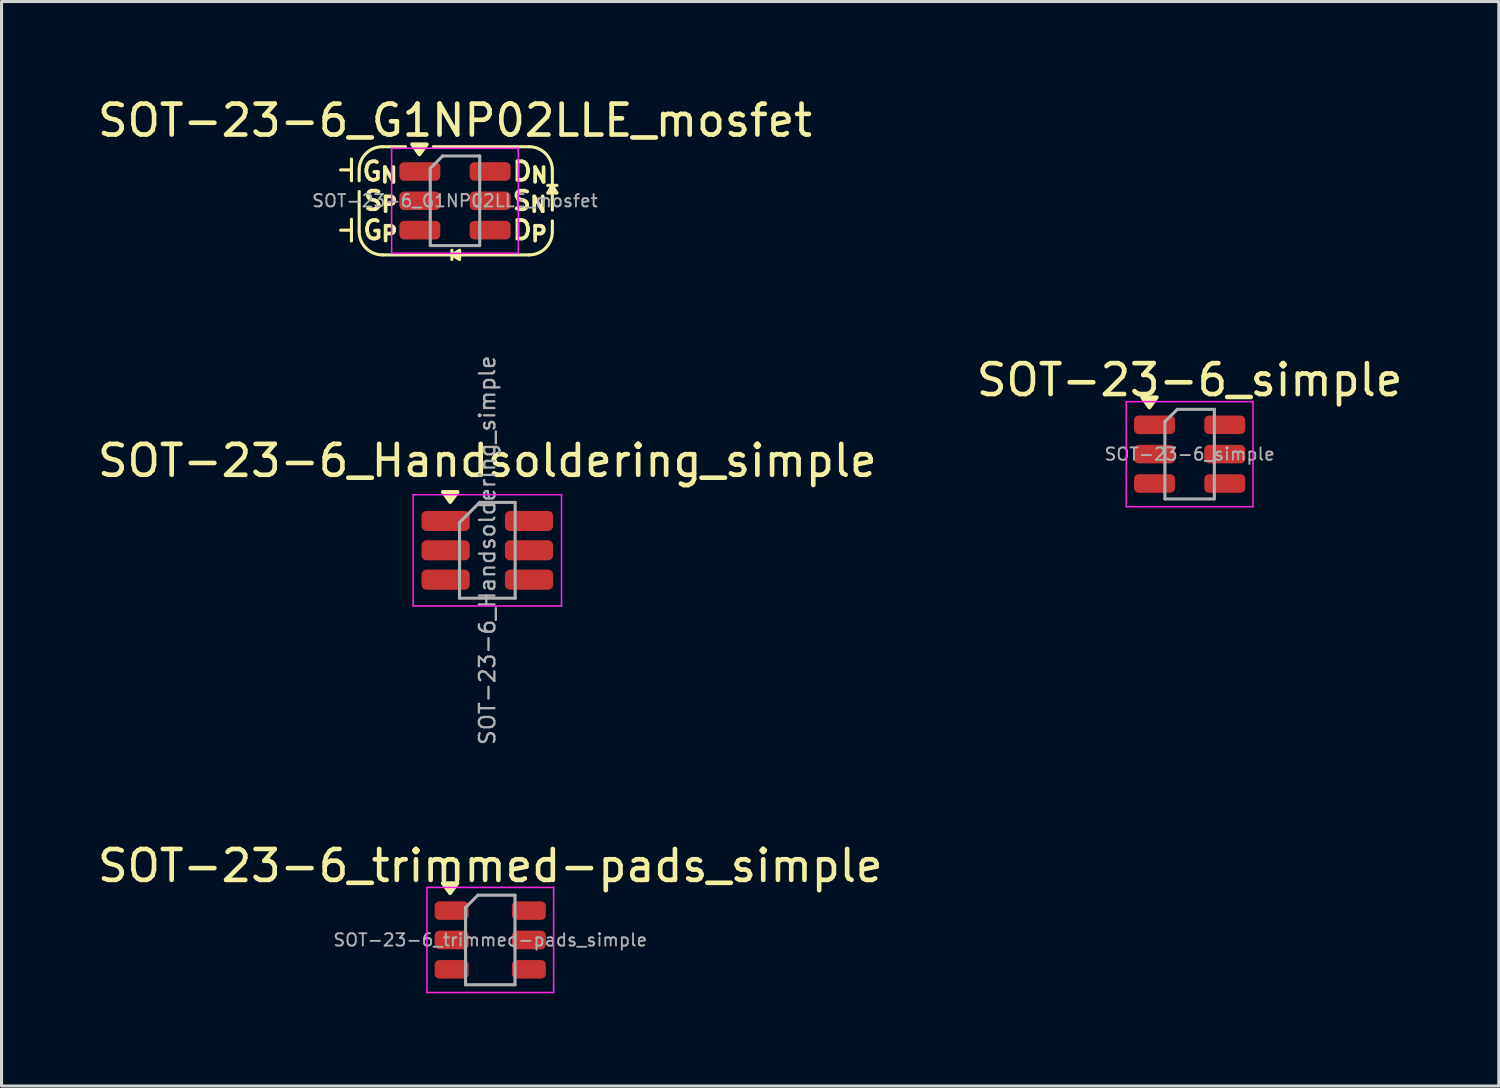
<source format=kicad_pcb>
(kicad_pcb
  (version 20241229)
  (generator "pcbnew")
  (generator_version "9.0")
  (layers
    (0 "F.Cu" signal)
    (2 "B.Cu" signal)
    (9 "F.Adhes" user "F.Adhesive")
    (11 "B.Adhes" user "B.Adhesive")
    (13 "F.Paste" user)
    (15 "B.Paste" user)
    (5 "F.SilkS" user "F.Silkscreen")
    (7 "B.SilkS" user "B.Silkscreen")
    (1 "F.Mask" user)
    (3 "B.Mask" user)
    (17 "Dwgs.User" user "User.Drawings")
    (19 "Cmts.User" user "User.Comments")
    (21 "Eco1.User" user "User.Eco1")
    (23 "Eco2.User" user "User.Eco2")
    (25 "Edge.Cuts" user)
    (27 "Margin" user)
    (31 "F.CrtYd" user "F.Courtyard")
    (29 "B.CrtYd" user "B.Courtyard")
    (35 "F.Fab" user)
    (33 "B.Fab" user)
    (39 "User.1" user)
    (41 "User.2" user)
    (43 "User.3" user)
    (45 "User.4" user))
  (footprint "SOT-23-6_Handsoldering_simple"
    (layer "F.Cu")
    (at 12.72 14.758)
    (property "Reference" "SOT-23-6_Handsoldering_simple" (at 0 -2.9 0) (layer "F.SilkS") (effects (font (size 1 1) (thickness 0.15))))
    (attr smd)
    (fp_poly (pts (xy -1.2 -1.56) (xy -1.44 -1.89) (xy -0.96 -1.89) (xy -1.2 -1.56)) (stroke (width 0.12) (type solid)) (fill yes) (layer "F.SilkS"))
    (fp_line (start -2.4 -1.8) (end 2.4 -1.8) (stroke (width 0.05) (type solid)) (layer "F.CrtYd"))
    (fp_line (start -2.4 1.8) (end -2.4 -1.8) (stroke (width 0.05) (type solid)) (layer "F.CrtYd"))
    (fp_line (start 2.4 -1.8) (end 2.4 1.8) (stroke (width 0.05) (type solid)) (layer "F.CrtYd"))
    (fp_line (start 2.4 1.8) (end -2.4 1.8) (stroke (width 0.05) (type solid)) (layer "F.CrtYd"))
    (fp_line (start -0.9 -0.9) (end -0.9 1.55) (stroke (width 0.1) (type solid)) (layer "F.Fab"))
    (fp_line (start -0.9 -0.9) (end -0.25 -1.55) (stroke (width 0.1) (type solid)) (layer "F.Fab"))
    (fp_line (start 0.9 -1.55) (end -0.25 -1.55) (stroke (width 0.1) (type solid)) (layer "F.Fab"))
    (fp_line (start 0.9 -1.55) (end 0.9 1.55) (stroke (width 0.1) (type solid)) (layer "F.Fab"))
    (fp_line (start 0.9 1.55) (end -0.9 1.55) (stroke (width 0.1) (type solid)) (layer "F.Fab"))
    (fp_text user "${REFERENCE}" (at 0 0 90) (layer "F.Fab") (effects (font (size 0.5 0.5) (thickness 0.075))))
    (pad "1" smd roundrect (at -1.35 -0.95) (size 1.56 0.65) (layers "F.Cu" "F.Mask" "F.Paste") (roundrect_rratio 0.25))
    (pad "2" smd roundrect (at -1.35 0) (size 1.56 0.65) (layers "F.Cu" "F.Mask" "F.Paste") (roundrect_rratio 0.25))
    (pad "3" smd roundrect (at -1.35 0.95) (size 1.56 0.65) (layers "F.Cu" "F.Mask" "F.Paste") (roundrect_rratio 0.25))
    (pad "4" smd roundrect (at 1.35 0.95) (size 1.56 0.65) (layers "F.Cu" "F.Mask" "F.Paste") (roundrect_rratio 0.25))
    (pad "5" smd roundrect (at 1.35 0) (size 1.56 0.65) (layers "F.Cu" "F.Mask" "F.Paste") (roundrect_rratio 0.25))
    (pad "6" smd roundrect (at 1.35 -0.95) (size 1.56 0.65) (layers "F.Cu" "F.Mask" "F.Paste") (roundrect_rratio 0.25)))
  (footprint "SOT-23-6_G1NP02LLE_mosfet"
    (layer "F.Cu")
    (at 11.673 3.448)
    (property "Reference" "SOT-23-6_G1NP02LLE_mosfet" (at 0 -2.6 0) (layer "F.SilkS") (effects (font (size 1 1) (thickness 0.15))))
    (attr smd)
    (fp_line (start -3.35 -1) (end -3.7 -1) (stroke (width 0.1) (type default)) (layer "F.SilkS"))
    (fp_line (start -3.35 -0.65) (end -3.35 -1.35) (stroke (width 0.1) (type default)) (layer "F.SilkS"))
    (fp_line (start -3.35 0.95) (end -3.7 0.95) (stroke (width 0.1) (type default)) (layer "F.SilkS"))
    (fp_line (start -3.35 1.3) (end -3.35 0.6) (stroke (width 0.1) (type default)) (layer "F.SilkS"))
    (fp_line (start -3.1 -1) (end -3.1 -0.65) (stroke (width 0.1) (type default)) (layer "F.SilkS"))
    (fp_line (start -3.1 1) (end -3.1 -0.3) (stroke (width 0.1) (type default)) (layer "F.SilkS"))
    (fp_line (start -2.35 1.75) (end 2.4 1.75) (stroke (width 0.1) (type default)) (layer "F.SilkS"))
    (fp_line (start -1.6 -1.75) (end -2.35 -1.75) (stroke (width 0.1) (type default)) (layer "F.SilkS"))
    (fp_line (start -0.1 1.6) (end -0.1 1.9) (stroke (width 0.1) (type default)) (layer "F.SilkS"))
    (fp_line (start 2.4 -1.75) (end -0.7 -1.75) (stroke (width 0.1) (type default)) (layer "F.SilkS"))
    (fp_line (start 3.15 -1) (end 3.15 0.3) (stroke (width 0.1) (type default)) (layer "F.SilkS"))
    (fp_line (start 3.15 1) (end 3.15 0.65) (stroke (width 0.1) (type default)) (layer "F.SilkS"))
    (fp_line (start 3.3 -0.5) (end 3 -0.5) (stroke (width 0.1) (type default)) (layer "F.SilkS"))
    (fp_arc (start -3.1 -1) (mid -2.88033 -1.53033) (end -2.35 -1.75) (stroke (width 0.1) (type default)) (layer "F.SilkS"))
    (fp_arc (start -2.35 1.75) (mid -2.88033 1.53033) (end -3.1 1) (stroke (width 0.1) (type default)) (layer "F.SilkS"))
    (fp_arc (start 2.4 -1.75) (mid 2.93033 -1.53033) (end 3.15 -1) (stroke (width 0.1) (type default)) (layer "F.SilkS"))
    (fp_arc (start 3.15 1) (mid 2.93033 1.53033) (end 2.4 1.75) (stroke (width 0.1) (type default)) (layer "F.SilkS"))
    (fp_poly (pts (xy -0.1 1.75) (xy 0.15 1.6) (xy 0.15 1.9)) (stroke (width 0.1) (type solid)) (fill yes) (layer "F.SilkS"))
    (fp_poly (pts (xy 3.15 -0.5) (xy 3.3 -0.25) (xy 3 -0.25)) (stroke (width 0.1) (type solid)) (fill yes) (layer "F.SilkS"))
    (fp_poly (pts (xy -1.15 -1.5) (xy -1.39 -1.83) (xy -0.91 -1.83) (xy -1.15 -1.5)) (stroke (width 0.12) (type solid)) (fill yes) (layer "F.SilkS"))
    (fp_line (start -2.05 -1.7) (end -2.05 1.7) (stroke (width 0.05) (type solid)) (layer "F.CrtYd"))
    (fp_line (start -2.05 1.7) (end 2.05 1.7) (stroke (width 0.05) (type solid)) (layer "F.CrtYd"))
    (fp_line (start 2.05 -1.7) (end -2.05 -1.7) (stroke (width 0.05) (type solid)) (layer "F.CrtYd"))
    (fp_line (start 2.05 1.7) (end 2.05 -1.7) (stroke (width 0.05) (type solid)) (layer "F.CrtYd"))
    (fp_line (start -0.8 -1.05) (end -0.4 -1.45) (stroke (width 0.1) (type solid)) (layer "F.Fab"))
    (fp_line (start -0.8 1.45) (end -0.8 -1.05) (stroke (width 0.1) (type solid)) (layer "F.Fab"))
    (fp_line (start -0.4 -1.45) (end 0.8 -1.45) (stroke (width 0.1) (type solid)) (layer "F.Fab"))
    (fp_line (start 0.8 -1.45) (end 0.8 1.45) (stroke (width 0.1) (type solid)) (layer "F.Fab"))
    (fp_line (start 0.8 1.45) (end -0.8 1.45) (stroke (width 0.1) (type solid)) (layer "F.Fab"))
    (fp_text user "G_{P}" (at -1.8 0.95 0) (layer "F.SilkS") (effects (font (size 0.6 0.6) (thickness 0.12) (bold yes)) (justify right)))
    (fp_text user "D_{P}" (at 1.8 0.95 0) (layer "F.SilkS") (effects (font (size 0.6 0.6) (thickness 0.12) (bold yes)) (justify left)))
    (fp_text user "S_{P}" (at -1.8 0 0) (layer "F.SilkS") (effects (font (size 0.6 0.6) (thickness 0.12) (bold yes)) (justify right)))
    (fp_text user "G_{N}" (at -1.8 -0.95 0) (layer "F.SilkS") (effects (font (size 0.6 0.6) (thickness 0.12) (bold yes)) (justify right)))
    (fp_text user "S_{N}" (at 1.8 0 0) (layer "F.SilkS") (effects (font (size 0.6 0.6) (thickness 0.12) (bold yes)) (justify left)))
    (fp_text user "D_{N}" (at 1.8 -0.95 0) (layer "F.SilkS") (effects (font (size 0.6 0.6) (thickness 0.12) (bold yes)) (justify left)))
    (fp_text user "${REFERENCE}" (at 0 0 0) (layer "F.Fab") (effects (font (size 0.4 0.4) (thickness 0.06))))
    (pad "1" smd roundrect (at -1.137 -0.95) (size 1.325 0.6) (layers "F.Cu" "F.Mask" "F.Paste") (roundrect_rratio 0.25))
    (pad "2" smd roundrect (at -1.137 0) (size 1.325 0.6) (layers "F.Cu" "F.Mask" "F.Paste") (roundrect_rratio 0.25))
    (pad "3" smd roundrect (at -1.137 0.95) (size 1.325 0.6) (layers "F.Cu" "F.Mask" "F.Paste") (roundrect_rratio 0.25))
    (pad "4" smd roundrect (at 1.137 0.95) (size 1.325 0.6) (layers "F.Cu" "F.Mask" "F.Paste") (roundrect_rratio 0.25))
    (pad "5" smd roundrect (at 1.137 0) (size 1.325 0.6) (layers "F.Cu" "F.Mask" "F.Paste") (roundrect_rratio 0.25))
    (pad "6" smd roundrect (at 1.137 -0.95) (size 1.325 0.6) (layers "F.Cu" "F.Mask" "F.Paste") (roundrect_rratio 0.25)))
  (footprint "SOT-23-6_simple"
    (layer "F.Cu")
    (at 35.446 11.646)
    (property "Reference" "SOT-23-6_simple" (at 0 -2.4 0) (layer "F.SilkS") (effects (font (size 1 1) (thickness 0.15))))
    (attr smd)
    (fp_poly (pts (xy -1.3 -1.51) (xy -1.54 -1.84) (xy -1.06 -1.84) (xy -1.3 -1.51)) (stroke (width 0.12) (type solid)) (fill yes) (layer "F.SilkS"))
    (fp_line (start -2.05 -1.7) (end -2.05 1.7) (stroke (width 0.05) (type solid)) (layer "F.CrtYd"))
    (fp_line (start -2.05 1.7) (end 2.05 1.7) (stroke (width 0.05) (type solid)) (layer "F.CrtYd"))
    (fp_line (start 2.05 -1.7) (end -2.05 -1.7) (stroke (width 0.05) (type solid)) (layer "F.CrtYd"))
    (fp_line (start 2.05 1.7) (end 2.05 -1.7) (stroke (width 0.05) (type solid)) (layer "F.CrtYd"))
    (fp_line (start -0.8 -1.05) (end -0.4 -1.45) (stroke (width 0.1) (type solid)) (layer "F.Fab"))
    (fp_line (start -0.8 1.45) (end -0.8 -1.05) (stroke (width 0.1) (type solid)) (layer "F.Fab"))
    (fp_line (start -0.4 -1.45) (end 0.8 -1.45) (stroke (width 0.1) (type solid)) (layer "F.Fab"))
    (fp_line (start 0.8 -1.45) (end 0.8 1.45) (stroke (width 0.1) (type solid)) (layer "F.Fab"))
    (fp_line (start 0.8 1.45) (end -0.8 1.45) (stroke (width 0.1) (type solid)) (layer "F.Fab"))
    (fp_text user "${REFERENCE}" (at 0 0 0) (layer "F.Fab") (effects (font (size 0.4 0.4) (thickness 0.06))))
    (pad "1" smd roundrect (at -1.137 -0.95) (size 1.325 0.6) (layers "F.Cu" "F.Mask" "F.Paste") (roundrect_rratio 0.25))
    (pad "2" smd roundrect (at -1.137 0) (size 1.325 0.6) (layers "F.Cu" "F.Mask" "F.Paste") (roundrect_rratio 0.25))
    (pad "3" smd roundrect (at -1.137 0.95) (size 1.325 0.6) (layers "F.Cu" "F.Mask" "F.Paste") (roundrect_rratio 0.25))
    (pad "4" smd roundrect (at 1.137 0.95) (size 1.325 0.6) (layers "F.Cu" "F.Mask" "F.Paste") (roundrect_rratio 0.25))
    (pad "5" smd roundrect (at 1.137 0) (size 1.325 0.6) (layers "F.Cu" "F.Mask" "F.Paste") (roundrect_rratio 0.25))
    (pad "6" smd roundrect (at 1.137 -0.95) (size 1.325 0.6) (layers "F.Cu" "F.Mask" "F.Paste") (roundrect_rratio 0.25)))
  (footprint "SOT-23-6_trimmed-pads_simple"
    (layer "F.Cu")
    (at 12.815 27.367)
    (property "Reference" "SOT-23-6_trimmed-pads_simple" (at 0 -2.4 0) (layer "F.SilkS") (effects (font (size 1 1) (thickness 0.15))))
    (attr smd)
    (fp_poly (pts (xy -1.3 -1.51) (xy -1.54 -1.84) (xy -1.06 -1.84) (xy -1.3 -1.51)) (stroke (width 0.12) (type solid)) (fill yes) (layer "F.SilkS"))
    (fp_line (start -2.05 -1.7) (end -2.05 1.7) (stroke (width 0.05) (type solid)) (layer "F.CrtYd"))
    (fp_line (start -2.05 1.7) (end 2.05 1.7) (stroke (width 0.05) (type solid)) (layer "F.CrtYd"))
    (fp_line (start 2.05 -1.7) (end -2.05 -1.7) (stroke (width 0.05) (type solid)) (layer "F.CrtYd"))
    (fp_line (start 2.05 1.7) (end 2.05 -1.7) (stroke (width 0.05) (type solid)) (layer "F.CrtYd"))
    (fp_line (start -0.8 -1.05) (end -0.4 -1.45) (stroke (width 0.1) (type solid)) (layer "F.Fab"))
    (fp_line (start -0.8 1.45) (end -0.8 -1.05) (stroke (width 0.1) (type solid)) (layer "F.Fab"))
    (fp_line (start -0.4 -1.45) (end 0.8 -1.45) (stroke (width 0.1) (type solid)) (layer "F.Fab"))
    (fp_line (start 0.8 -1.45) (end 0.8 1.45) (stroke (width 0.1) (type solid)) (layer "F.Fab"))
    (fp_line (start 0.8 1.45) (end -0.8 1.45) (stroke (width 0.1) (type solid)) (layer "F.Fab"))
    (fp_text user "${REFERENCE}" (at 0 0 0) (layer "F.Fab") (effects (font (size 0.4 0.4) (thickness 0.06))))
    (pad "1" smd roundrect (at -1.25 -0.95) (size 1.1 0.6) (layers "F.Cu" "F.Mask" "F.Paste") (roundrect_rratio 0.25))
    (pad "2" smd roundrect (at -1.25 0) (size 1.1 0.6) (layers "F.Cu" "F.Mask" "F.Paste") (roundrect_rratio 0.25))
    (pad "3" smd roundrect (at -1.25 0.95) (size 1.1 0.6) (layers "F.Cu" "F.Mask" "F.Paste") (roundrect_rratio 0.25))
    (pad "4" smd roundrect (at 1.25 0.95) (size 1.1 0.6) (layers "F.Cu" "F.Mask" "F.Paste") (roundrect_rratio 0.25))
    (pad "5" smd roundrect (at 1.25 0) (size 1.1 0.6) (layers "F.Cu" "F.Mask" "F.Paste") (roundrect_rratio 0.25))
    (pad "6" smd roundrect (at 1.25 -0.95) (size 1.1 0.6) (layers "F.Cu" "F.Mask" "F.Paste") (roundrect_rratio 0.25)))
  (gr_rect
    (start -3 -3)
    (end 45.452 32.092)
    (stroke (width 0.1) (type default))
    (fill no)
    (layer "Edge.Cuts")))
</source>
